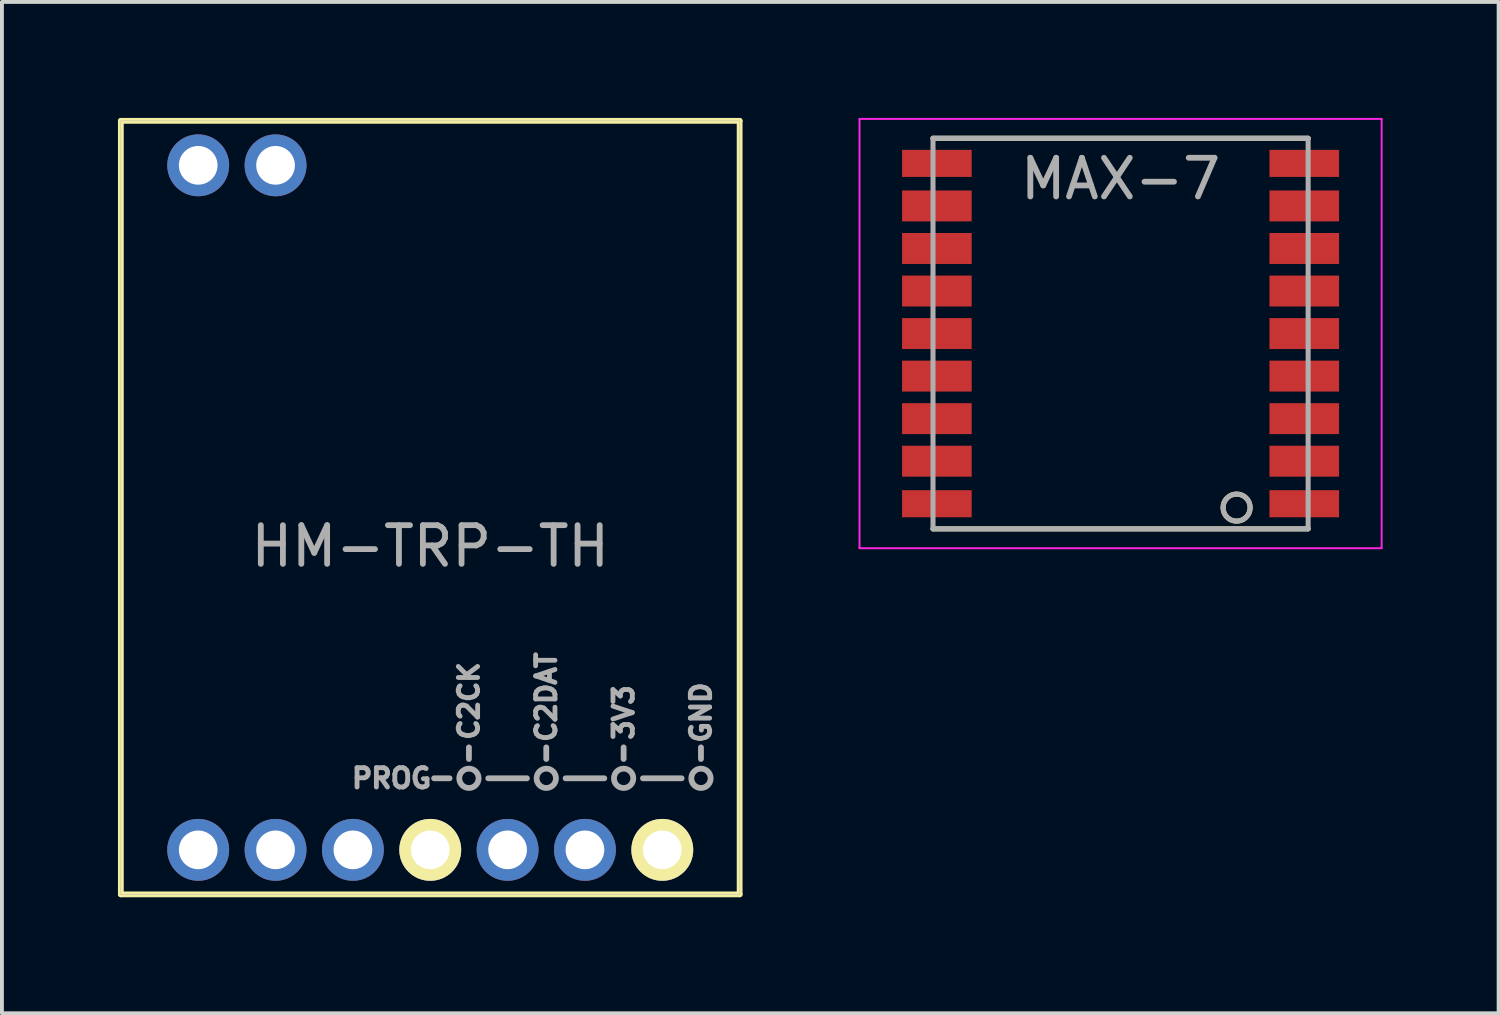
<source format=kicad_pcb>
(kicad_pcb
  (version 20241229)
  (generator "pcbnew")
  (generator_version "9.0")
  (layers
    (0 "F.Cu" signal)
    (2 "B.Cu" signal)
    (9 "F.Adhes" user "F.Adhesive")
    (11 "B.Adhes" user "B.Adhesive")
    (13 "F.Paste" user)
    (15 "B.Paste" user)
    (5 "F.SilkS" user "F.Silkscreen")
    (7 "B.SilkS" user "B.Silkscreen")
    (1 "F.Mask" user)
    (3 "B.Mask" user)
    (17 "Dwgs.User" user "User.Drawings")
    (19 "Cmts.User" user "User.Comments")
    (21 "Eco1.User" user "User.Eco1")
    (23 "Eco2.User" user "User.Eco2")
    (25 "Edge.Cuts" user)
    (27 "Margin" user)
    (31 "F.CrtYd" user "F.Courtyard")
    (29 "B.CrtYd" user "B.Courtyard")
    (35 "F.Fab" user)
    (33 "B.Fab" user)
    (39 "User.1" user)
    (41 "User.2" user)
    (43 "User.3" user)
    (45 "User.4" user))
  (footprint "HM-TRP-TH"
    (layer "F.Cu")
    (at 8.075 10.075)
    (property "Reference" "HM-TRP-TH" (at 0 1 0) (layer "F.Fab") (effects (font (size 1 1) (thickness 0.15))))
    (attr through_hole)
    (fp_line (start -8 -10) (end 8 -10) (stroke (width 0.15) (type solid)) (layer "F.SilkS"))
    (fp_line (start -8 10) (end -8 -10) (stroke (width 0.15) (type solid)) (layer "F.SilkS"))
    (fp_line (start 7.5 10) (end 8 10) (stroke (width 0.01) (type solid)) (layer "F.SilkS"))
    (fp_line (start 8 -10) (end -2.5 -10) (stroke (width 0.01) (type solid)) (layer "F.SilkS"))
    (fp_line (start 8 -10) (end 8 10) (stroke (width 0.15) (type solid)) (layer "F.SilkS"))
    (fp_line (start 8 10) (end -8 10) (stroke (width 0.15) (type solid)) (layer "F.SilkS"))
    (fp_line (start 8 10) (end 8 -10) (stroke (width 0.01) (type solid)) (layer "F.SilkS"))
    (fp_line (start -8 -10) (end 8 -10) (stroke (width 0.01) (type solid)) (layer "F.Fab"))
    (fp_line (start -8 10) (end -8 -10) (stroke (width 0.01) (type solid)) (layer "F.Fab"))
    (fp_line (start 0.5 7) (end 0.1 7) (stroke (width 0.15) (type solid)) (layer "F.Fab"))
    (fp_line (start 1 6.5) (end 1 6.2) (stroke (width 0.15) (type solid)) (layer "F.Fab"))
    (fp_line (start 1.5 7) (end 2.5 7) (stroke (width 0.15) (type solid)) (layer "F.Fab"))
    (fp_line (start 3 6.5) (end 3 6.2) (stroke (width 0.15) (type solid)) (layer "F.Fab"))
    (fp_line (start 3.5 7) (end 4.5 7) (stroke (width 0.15) (type solid)) (layer "F.Fab"))
    (fp_line (start 5 6.5) (end 5 6.2) (stroke (width 0.15) (type solid)) (layer "F.Fab"))
    (fp_line (start 5.5 7) (end 6.5 7) (stroke (width 0.15) (type solid)) (layer "F.Fab"))
    (fp_line (start 7 6.5) (end 7 6.2) (stroke (width 0.15) (type solid)) (layer "F.Fab"))
    (fp_line (start 8 -10) (end 8 10) (stroke (width 0.01) (type solid)) (layer "F.Fab"))
    (fp_line (start 8 10) (end -8 10) (stroke (width 0.01) (type solid)) (layer "F.Fab"))
    (fp_circle (center 1 7) (end 1.25 7) (stroke (width 0.15) (type solid)) (fill no) (layer "F.Fab"))
    (fp_circle (center 3 7) (end 3.25 7) (stroke (width 0.15) (type solid)) (fill no) (layer "F.Fab"))
    (fp_circle (center 5 7) (end 5.25 7) (stroke (width 0.15) (type solid)) (fill no) (layer "F.Fab"))
    (fp_circle (center 7 7) (end 7.25 7) (stroke (width 0.15) (type solid)) (fill no) (layer "F.Fab"))
    (fp_text user "PROG" (at -1 7 0) (layer "F.Fab") (effects (font (size 0.5 0.5) (thickness 0.125))))
    (fp_text user "C2CK" (at 1 5 90) (layer "F.Fab") (effects (font (size 0.5 0.5) (thickness 0.125))))
    (fp_text user "3V3" (at 5 5.3 90) (layer "F.Fab") (effects (font (size 0.5 0.5) (thickness 0.125))))
    (fp_text user "C2DAT" (at 3 4.9 90) (layer "F.Fab") (effects (font (size 0.5 0.5) (thickness 0.125))))
    (fp_text user "GND" (at 7 5.3 90) (layer "F.Fab") (effects (font (size 0.5 0.5) (thickness 0.125))))
    (pad "1" thru_hole circle (at -6 8.85) (size 1.6 1.6) (drill 1) (layers "*.Cu" "*.Mask"))
    (pad "2" thru_hole circle (at -4 8.85) (size 1.6 1.6) (drill 1) (layers "*.Cu" "*.Mask"))
    (pad "3" thru_hole circle (at -2 8.85) (size 1.6 1.6) (drill 1) (layers "*.Cu" "*.Mask"))
    (pad "4" thru_hole circle (at 0 8.85) (size 1.6 1.6) (drill 1) (layers "*.Cu" "*.Mask" "F.SilkS"))
    (pad "5" thru_hole circle (at 2 8.85) (size 1.6 1.6) (drill 1) (layers "*.Cu" "*.Mask"))
    (pad "6" thru_hole circle (at 4 8.85) (size 1.6 1.6) (drill 1) (layers "*.Cu" "*.Mask"))
    (pad "7" thru_hole circle (at 6 8.85) (size 1.6 1.6) (drill 1) (layers "*.Cu" "*.Mask" "F.SilkS"))
    (pad "8" thru_hole circle (at -4 -8.85) (size 1.6 1.6) (drill 1) (layers "*.Cu" "*.Mask"))
    (pad "9" thru_hole circle (at -6 -8.85) (size 1.6 1.6) (drill 1) (layers "*.Cu" "*.Mask")))
  (footprint "MAX-7"
    (layer "F.Cu")
    (at 25.925 5.575)
    (property "Reference" "MAX-7" (at 0 -4 0) (layer "F.Fab") (effects (font (size 1 1) (thickness 0.15))))
    (attr through_hole)
    (fp_line (start -4.85 -5.05) (end 4.85 -5.05) (stroke (width 0.13) (type solid)) (layer "F.SilkS"))
    (fp_line (start -4.85 5.05) (end 4.85 5.05) (stroke (width 0.13) (type solid)) (layer "F.SilkS"))
    (fp_circle (center 3 4.5) (end 3.35 4.5) (stroke (width 0.13) (type solid)) (fill no) (layer "F.SilkS"))
    (fp_line (start -6.75 -5.55) (end 6.75 -5.55) (stroke (width 0.05) (type solid)) (layer "F.CrtYd"))
    (fp_line (start -6.75 5.55) (end -6.75 -5.55) (stroke (width 0.05) (type solid)) (layer "F.CrtYd"))
    (fp_line (start 6.75 -5.55) (end 6.75 5.55) (stroke (width 0.05) (type solid)) (layer "F.CrtYd"))
    (fp_line (start 6.75 5.55) (end -6.75 5.55) (stroke (width 0.05) (type solid)) (layer "F.CrtYd"))
    (fp_line (start -4.85 -5.05) (end 4.85 -5.05) (stroke (width 0.13) (type solid)) (layer "F.Fab"))
    (fp_line (start -4.85 5.05) (end -4.85 -5.05) (stroke (width 0.13) (type solid)) (layer "F.Fab"))
    (fp_line (start 4.85 -5.05) (end 4.85 5.05) (stroke (width 0.13) (type solid)) (layer "F.Fab"))
    (fp_line (start 4.85 5.05) (end -4.85 5.05) (stroke (width 0.13) (type solid)) (layer "F.Fab"))
    (fp_circle (center 3 4.5) (end 3.35 4.5) (stroke (width 0.13) (type solid)) (fill no) (layer "F.Fab"))
    (pad "" smd rect (at -5.55 -4.4) (size 1.4 0.7) (layers "F.Paste"))
    (pad "" smd rect (at -5.55 -3.3) (size 1.4 0.8) (layers "F.Paste"))
    (pad "" smd rect (at -5.55 -2.2) (size 1.4 0.8) (layers "F.Paste"))
    (pad "" smd rect (at -5.55 -1.1) (size 1.4 0.8) (layers "F.Paste"))
    (pad "" smd rect (at -5.55 0) (size 1.4 0.8) (layers "F.Paste"))
    (pad "" smd rect (at -5.55 1.1) (size 1.4 0.8) (layers "F.Paste"))
    (pad "" smd rect (at -5.55 2.2) (size 1.4 0.8) (layers "F.Paste"))
    (pad "" smd rect (at -5.55 3.3) (size 1.4 0.8) (layers "F.Paste"))
    (pad "" smd rect (at -5.55 4.4) (size 1.4 0.7) (layers "F.Paste"))
    (pad "" smd rect (at -4.4 -4.4) (size 0.9 0.5) (layers "F.Paste"))
    (pad "" smd rect (at -4.4 -3.3) (size 0.9 0.6) (layers "F.Paste"))
    (pad "" smd rect (at -4.4 -2.2) (size 0.9 0.6) (layers "F.Paste"))
    (pad "" smd rect (at -4.4 -1.1) (size 0.9 0.6) (layers "F.Paste"))
    (pad "" smd rect (at -4.4 0) (size 0.9 0.6) (layers "F.Paste"))
    (pad "" smd rect (at -4.4 1.1) (size 0.9 0.6) (layers "F.Paste"))
    (pad "" smd rect (at -4.4 2.2) (size 0.9 0.6) (layers "F.Paste"))
    (pad "" smd rect (at -4.4 3.3) (size 0.9 0.6) (layers "F.Paste"))
    (pad "" smd rect (at -4.4 4.4) (size 0.9 0.5) (layers "F.Paste"))
    (pad "" smd rect (at 4.4 -4.4) (size 0.9 0.5) (layers "F.Paste"))
    (pad "" smd rect (at 4.4 -3.3) (size 0.9 0.6) (layers "F.Paste"))
    (pad "" smd rect (at 4.4 -2.2) (size 0.9 0.6) (layers "F.Paste"))
    (pad "" smd rect (at 4.4 -1.1) (size 0.9 0.6) (layers "F.Paste"))
    (pad "" smd rect (at 4.4 0) (size 0.9 0.6) (layers "F.Paste"))
    (pad "" smd rect (at 4.4 1.1) (size 0.9 0.6) (layers "F.Paste"))
    (pad "" smd rect (at 4.4 2.2) (size 0.9 0.6) (layers "F.Paste"))
    (pad "" smd rect (at 4.4 3.3) (size 0.9 0.6) (layers "F.Paste"))
    (pad "" smd rect (at 4.4 4.4) (size 0.9 0.5) (layers "F.Paste"))
    (pad "" smd rect (at 5.55 -4.4) (size 1.4 0.7) (layers "F.Paste"))
    (pad "" smd rect (at 5.55 -3.3) (size 1.4 0.8) (layers "F.Paste"))
    (pad "" smd rect (at 5.55 -2.2) (size 1.4 0.8) (layers "F.Paste"))
    (pad "" smd rect (at 5.55 -1.1) (size 1.4 0.8) (layers "F.Paste"))
    (pad "" smd rect (at 5.55 0) (size 1.4 0.8) (layers "F.Paste"))
    (pad "" smd rect (at 5.55 1.1) (size 1.4 0.8) (layers "F.Paste"))
    (pad "" smd rect (at 5.55 2.2) (size 1.4 0.8) (layers "F.Paste"))
    (pad "" smd rect (at 5.55 3.3) (size 1.4 0.8) (layers "F.Paste"))
    (pad "" smd rect (at 5.55 4.4) (size 1.4 0.7) (layers "F.Paste"))
    (pad "1" smd rect (at 4.75 4.4) (size 1.8 0.7) (layers "F.Cu" "F.Mask"))
    (pad "2" smd rect (at 4.75 3.3) (size 1.8 0.8) (layers "F.Cu" "F.Mask"))
    (pad "3" smd rect (at 4.75 2.2) (size 1.8 0.8) (layers "F.Cu" "F.Mask"))
    (pad "4" smd rect (at 4.75 1.1) (size 1.8 0.8) (layers "F.Cu" "F.Mask"))
    (pad "5" smd rect (at 4.75 0) (size 1.8 0.8) (layers "F.Cu" "F.Mask"))
    (pad "6" smd rect (at 4.75 -1.1) (size 1.8 0.8) (layers "F.Cu" "F.Mask"))
    (pad "7" smd rect (at 4.75 -2.2) (size 1.8 0.8) (layers "F.Cu" "F.Mask"))
    (pad "8" smd rect (at 4.75 -3.3) (size 1.8 0.8) (layers "F.Cu" "F.Mask"))
    (pad "9" smd rect (at 4.75 -4.4) (size 1.8 0.7) (layers "F.Cu" "F.Mask"))
    (pad "10" smd rect (at -4.75 -4.4) (size 1.8 0.7) (layers "F.Cu" "F.Mask"))
    (pad "11" smd rect (at -4.75 -3.3) (size 1.8 0.8) (layers "F.Cu" "F.Mask"))
    (pad "12" smd rect (at -4.75 -2.2) (size 1.8 0.8) (layers "F.Cu" "F.Mask"))
    (pad "13" smd rect (at -4.75 -1.1) (size 1.8 0.8) (layers "F.Cu" "F.Mask"))
    (pad "14" smd rect (at -4.75 0) (size 1.8 0.8) (layers "F.Cu" "F.Mask"))
    (pad "15" smd rect (at -4.75 1.1) (size 1.8 0.8) (layers "F.Cu" "F.Mask"))
    (pad "16" smd rect (at -4.75 2.2) (size 1.8 0.8) (layers "F.Cu" "F.Mask"))
    (pad "17" smd rect (at -4.75 3.3) (size 1.8 0.8) (layers "F.Cu" "F.Mask"))
    (pad "18" smd rect (at -4.75 4.4) (size 1.8 0.7) (layers "F.Cu" "F.Mask")))
  (gr_rect
    (start -3 -3)
    (end 35.7 23.15)
    (stroke (width 0.1) (type default))
    (fill no)
    (layer "Edge.Cuts")))
</source>
